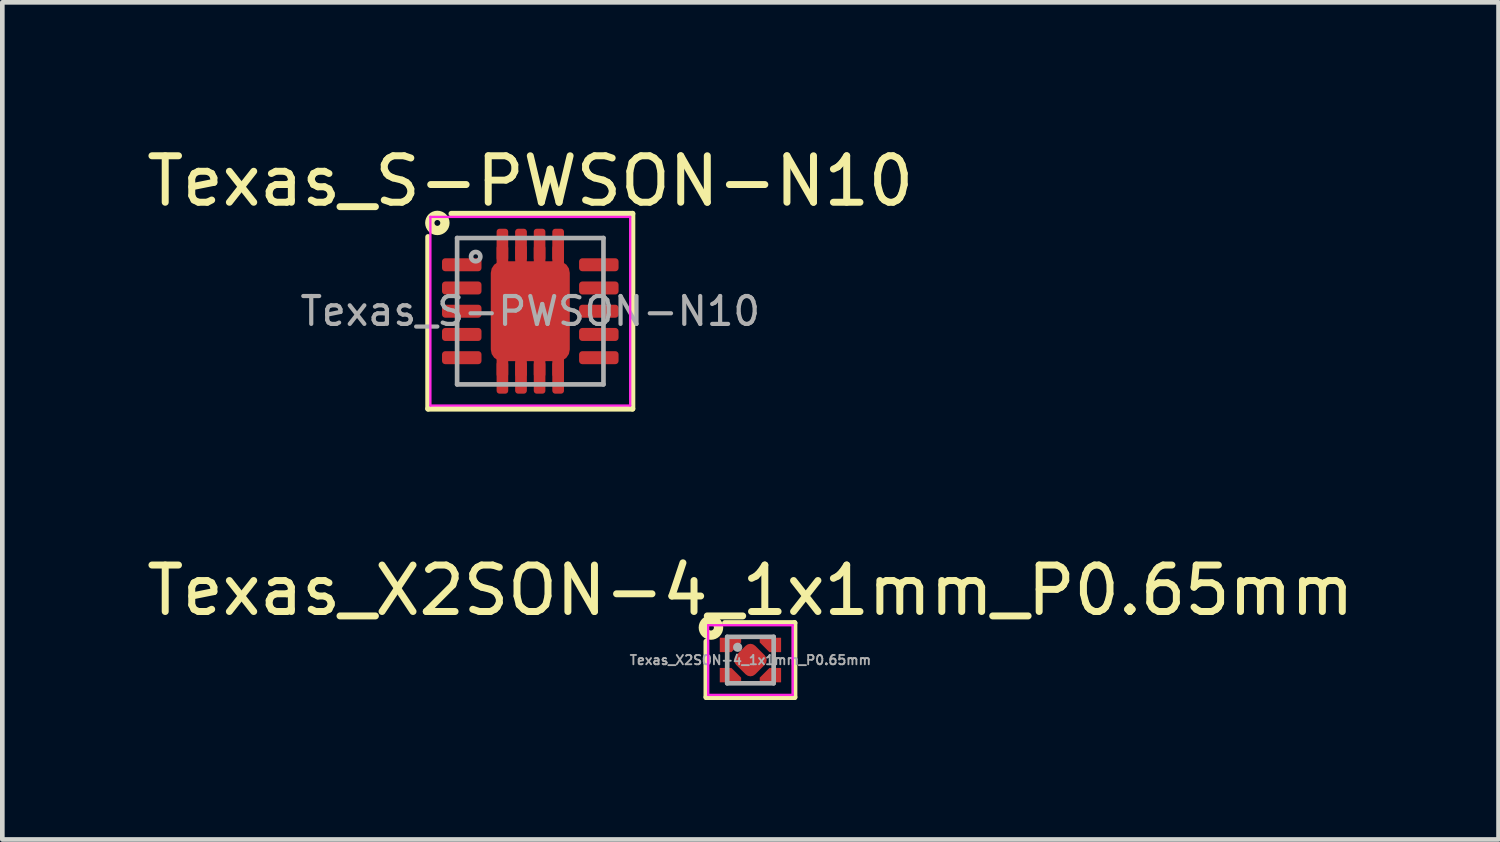
<source format=kicad_pcb>
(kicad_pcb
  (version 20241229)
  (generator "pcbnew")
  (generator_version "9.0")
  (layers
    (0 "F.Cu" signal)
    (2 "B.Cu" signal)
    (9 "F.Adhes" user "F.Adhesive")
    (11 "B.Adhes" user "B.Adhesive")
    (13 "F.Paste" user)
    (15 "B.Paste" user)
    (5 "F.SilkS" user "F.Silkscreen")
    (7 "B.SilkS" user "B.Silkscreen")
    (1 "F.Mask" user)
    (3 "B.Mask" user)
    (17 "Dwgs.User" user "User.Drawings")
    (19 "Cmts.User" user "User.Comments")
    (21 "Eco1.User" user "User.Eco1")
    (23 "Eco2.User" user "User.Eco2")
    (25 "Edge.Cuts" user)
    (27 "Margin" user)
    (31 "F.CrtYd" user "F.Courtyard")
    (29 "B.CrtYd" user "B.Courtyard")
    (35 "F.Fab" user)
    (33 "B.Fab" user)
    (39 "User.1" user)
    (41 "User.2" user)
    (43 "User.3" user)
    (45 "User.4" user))
  (footprint "Texas_X2SON-4_1x1mm_P0.65mm"
    (layer "F.Cu")
    (at 13.101 11.156)
    (property "Reference" "Texas_X2SON-4_1x1mm_P0.65mm" (at 0 -1.5 0) (layer "F.SilkS") (effects (font (size 1 1) (thickness 0.15))))
    (attr smd)
    (fp_line (start -0.95 0.8) (end -0.95 -0.4) (stroke (width 0.12) (type solid)) (layer "F.SilkS"))
    (fp_line (start -0.55 -0.8) (end 0.95 -0.8) (stroke (width 0.12) (type solid)) (layer "F.SilkS"))
    (fp_line (start 0.95 -0.8) (end 0.95 0.8) (stroke (width 0.12) (type solid)) (layer "F.SilkS"))
    (fp_line (start 0.95 0.8) (end -0.95 0.8) (stroke (width 0.12) (type solid)) (layer "F.SilkS"))
    (fp_circle (center -0.85 -0.7) (end -0.786 -0.7) (stroke (width 0.2) (type solid)) (fill no) (layer "F.SilkS"))
    (fp_line (start -0.91 -0.75) (end 0.91 -0.75) (stroke (width 0.05) (type solid)) (layer "F.CrtYd"))
    (fp_line (start -0.91 0.75) (end -0.91 -0.75) (stroke (width 0.05) (type solid)) (layer "F.CrtYd"))
    (fp_line (start 0.91 -0.75) (end 0.91 0.75) (stroke (width 0.05) (type solid)) (layer "F.CrtYd"))
    (fp_line (start 0.91 0.75) (end -0.91 0.75) (stroke (width 0.05) (type solid)) (layer "F.CrtYd"))
    (fp_line (start -0.5 -0.5) (end 0.5 -0.5) (stroke (width 0.1) (type solid)) (layer "F.Fab"))
    (fp_line (start -0.5 0.5) (end -0.5 -0.5) (stroke (width 0.1) (type solid)) (layer "F.Fab"))
    (fp_line (start 0.5 -0.5) (end 0.5 0.5) (stroke (width 0.1) (type solid)) (layer "F.Fab"))
    (fp_line (start 0.5 0.5) (end -0.5 0.5) (stroke (width 0.1) (type solid)) (layer "F.Fab"))
    (fp_circle (center -0.275 -0.275) (end -0.225 -0.275) (stroke (width 0.1) (type solid)) (fill no) (layer "F.Fab"))
    (fp_text user "${REFERENCE}" (at 0 0 0) (layer "F.Fab") (effects (font (size 0.2 0.2) (thickness 0.04))))
    (pad "" smd custom (at -0.43 -0.325) (size 0.148 0.148) (layers "F.Mask") (options (anchor circle)) (primitives (gr_poly (pts (xy 0.18 -0.075) (xy 0 0.105) (xy -0.18 0.105) (xy -0.18 -0.105) (xy 0.18 -0.105)) (width 0) (fill yes))))
    (pad "" smd custom (at -0.43 -0.325) (size 0.148 0.148) (layers "F.Paste") (options (anchor circle)) (primitives (gr_poly (pts (xy 0.18 -0.075) (xy 0 0.105) (xy -0.22 0.105) (xy -0.22 -0.105) (xy 0.18 -0.105)) (width 0) (fill yes))))
    (pad "" smd custom (at -0.43 0.325) (size 0.148 0.148) (layers "F.Mask") (options (anchor circle)) (primitives (gr_poly (pts (xy 0.18 0.075) (xy 0.18 0.105) (xy -0.18 0.105) (xy -0.18 -0.105) (xy 0 -0.105)) (width 0) (fill yes))))
    (pad "" smd custom (at -0.43 0.325) (size 0.148 0.148) (layers "F.Paste") (options (anchor circle)) (primitives (gr_poly (pts (xy 0.18 0.075) (xy 0.18 0.105) (xy -0.22 0.105) (xy -0.22 -0.105) (xy 0 -0.105)) (width 0) (fill yes))))
    (pad "" smd custom (at 0.43 -0.325) (size 0.148 0.148) (layers "F.Mask") (options (anchor circle)) (primitives (gr_poly (pts (xy 0.18 0.105) (xy 0 0.105) (xy -0.18 -0.075) (xy -0.18 -0.105) (xy 0.18 -0.105)) (width 0) (fill yes))))
    (pad "" smd custom (at 0.43 -0.325) (size 0.148 0.148) (layers "F.Paste") (options (anchor circle)) (primitives (gr_poly (pts (xy 0.22 0.105) (xy 0 0.105) (xy -0.18 -0.075) (xy -0.18 -0.105) (xy 0.22 -0.105)) (width 0) (fill yes))))
    (pad "" smd custom (at 0.43 0.325) (size 0.148 0.148) (layers "F.Mask") (options (anchor circle)) (primitives (gr_poly (pts (xy 0.18 0.105) (xy -0.18 0.105) (xy -0.18 0.075) (xy 0 -0.105) (xy 0.18 -0.105)) (width 0) (fill yes))))
    (pad "" smd custom (at 0.43 0.325) (size 0.148 0.148) (layers "F.Paste") (options (anchor circle)) (primitives (gr_poly (pts (xy 0.22 0.105) (xy -0.18 0.105) (xy -0.18 0.075) (xy 0 -0.105) (xy 0.22 -0.105)) (width 0) (fill yes))))
    (pad "1" smd custom (at -0.43 -0.325) (size 0.148 0.148) (layers "F.Cu") (options (anchor circle)) (primitives (gr_poly (pts (xy 0.23 -0.054) (xy 0.021 0.155) (xy -0.23 0.155) (xy -0.23 -0.155) (xy 0.23 -0.155)) (width 0) (fill yes))))
    (pad "2" smd custom (at -0.43 0.325) (size 0.148 0.148) (layers "F.Cu") (options (anchor circle)) (primitives (gr_poly (pts (xy 0.23 0.054) (xy 0.23 0.155) (xy -0.23 0.155) (xy -0.23 -0.155) (xy 0.021 -0.155)) (width 0) (fill yes))))
    (pad "3" smd custom (at 0.43 0.325) (size 0.148 0.148) (layers "F.Cu") (options (anchor circle)) (primitives (gr_poly (pts (xy 0.23 0.155) (xy -0.23 0.155) (xy -0.23 0.054) (xy -0.021 -0.155) (xy 0.23 -0.155)) (width 0) (fill yes))))
    (pad "4" smd custom (at 0.43 -0.325) (size 0.148 0.148) (layers "F.Cu") (options (anchor circle)) (primitives (gr_poly (pts (xy 0.23 0.155) (xy -0.021 0.155) (xy -0.23 -0.054) (xy -0.23 -0.155) (xy 0.23 -0.155)) (width 0) (fill yes))))
    (pad "5" smd roundrect (at 0 0 45) (size 0.58 0.58) (layers "F.Cu" "F.Mask" "F.Paste") (roundrect_rratio 0.25)))
  (footprint "Texas_S-PWSON-N10"
    (layer "F.Cu")
    (at 8.363 3.648)
    (property "Reference" "Texas_S-PWSON-N10" (at 0 -2.8 0) (layer "F.SilkS") (effects (font (size 1 1) (thickness 0.15))))
    (attr smd)
    (fp_line (start -2.2 2.1) (end -2.2 -1.6) (stroke (width 0.12) (type solid)) (layer "F.SilkS"))
    (fp_line (start -1.7 -2.1) (end 2.2 -2.1) (stroke (width 0.12) (type solid)) (layer "F.SilkS"))
    (fp_line (start 2.2 -2.1) (end 2.2 2.1) (stroke (width 0.12) (type solid)) (layer "F.SilkS"))
    (fp_line (start 2.2 2.1) (end -2.2 2.1) (stroke (width 0.12) (type solid)) (layer "F.SilkS"))
    (fp_circle (center -2 -1.9) (end -1.937 -1.9) (stroke (width 0.2) (type solid)) (fill no) (layer "F.SilkS"))
    (fp_line (start -2.15 -2.03) (end -2.15 2.03) (stroke (width 0.05) (type solid)) (layer "F.CrtYd"))
    (fp_line (start -2.15 -2.03) (end 2.15 -2.03) (stroke (width 0.05) (type solid)) (layer "F.CrtYd"))
    (fp_line (start -2.15 2.03) (end 2.15 2.03) (stroke (width 0.05) (type solid)) (layer "F.CrtYd"))
    (fp_line (start 2.15 -2.03) (end 2.15 2.03) (stroke (width 0.05) (type solid)) (layer "F.CrtYd"))
    (fp_line (start -1.575 -1.575) (end 1.575 -1.575) (stroke (width 0.1) (type solid)) (layer "F.Fab"))
    (fp_line (start -1.575 1.575) (end -1.575 -1.575) (stroke (width 0.1) (type solid)) (layer "F.Fab"))
    (fp_line (start 1.575 -1.575) (end 1.575 1.575) (stroke (width 0.1) (type solid)) (layer "F.Fab"))
    (fp_line (start 1.575 1.575) (end -1.575 1.575) (stroke (width 0.1) (type solid)) (layer "F.Fab"))
    (fp_circle (center -1.175 -1.175) (end -1.075 -1.175) (stroke (width 0.1) (type solid)) (fill no) (layer "F.Fab"))
    (fp_text user "${REFERENCE}" (at 0 0 0) (layer "F.Fab") (effects (font (size 0.6 0.6) (thickness 0.09))))
    (pad "1" smd roundrect (at -1.475 -1) (size 0.85 0.28) (layers "F.Cu" "F.Mask" "F.Paste") (roundrect_rratio 0.25))
    (pad "2" smd roundrect (at -1.475 -0.5) (size 0.85 0.28) (layers "F.Cu" "F.Mask" "F.Paste") (roundrect_rratio 0.25))
    (pad "3" smd roundrect (at -1.475 0) (size 0.85 0.28) (layers "F.Cu" "F.Mask" "F.Paste") (roundrect_rratio 0.25))
    (pad "4" smd roundrect (at -1.475 0.5) (size 0.85 0.28) (layers "F.Cu" "F.Mask" "F.Paste") (roundrect_rratio 0.25))
    (pad "5" smd roundrect (at -1.475 1) (size 0.85 0.28) (layers "F.Cu" "F.Mask" "F.Paste") (roundrect_rratio 0.25))
    (pad "6" smd roundrect (at 1.475 1) (size 0.85 0.28) (layers "F.Cu" "F.Mask" "F.Paste") (roundrect_rratio 0.25))
    (pad "7" smd roundrect (at 1.475 0.5) (size 0.85 0.28) (layers "F.Cu" "F.Mask" "F.Paste") (roundrect_rratio 0.25))
    (pad "8" smd roundrect (at 1.475 0) (size 0.85 0.28) (layers "F.Cu" "F.Mask" "F.Paste") (roundrect_rratio 0.25))
    (pad "9" smd roundrect (at 1.475 -0.5) (size 0.85 0.28) (layers "F.Cu" "F.Mask" "F.Paste") (roundrect_rratio 0.25))
    (pad "10" smd roundrect (at 1.475 -1) (size 0.85 0.28) (layers "F.Cu" "F.Mask" "F.Paste") (roundrect_rratio 0.25))
    (pad "11" smd rect (at -0.6 -1.425) (size 0.23 0.6) (layers "F.Cu" "F.Mask" "F.Paste"))
    (pad "11" smd roundrect (at -0.6 -1.425 90) (size 0.7 0.25) (layers "F.Cu" "F.Mask" "F.Paste") (roundrect_rratio 0.25))
    (pad "11" smd roundrect (at -0.6 -1.075 90) (size 0.7 0.25) (layers "F.Cu" "F.Mask") (roundrect_rratio 0.25))
    (pad "11" smd roundrect (at -0.6 1.075 90) (size 0.7 0.25) (layers "F.Cu" "F.Mask") (roundrect_rratio 0.25))
    (pad "11" smd rect (at -0.6 1.425) (size 0.23 0.6) (layers "F.Cu" "F.Mask" "F.Paste"))
    (pad "11" smd roundrect (at -0.6 1.425 90) (size 0.7 0.25) (layers "F.Cu" "F.Mask" "F.Paste") (roundrect_rratio 0.25))
    (pad "11" smd roundrect (at -0.435 -0.5) (size 0.65 0.8) (layers "F.Cu" "F.Mask" "F.Paste") (roundrect_rratio 0.25))
    (pad "11" smd roundrect (at -0.435 0.5) (size 0.65 0.8) (layers "F.Cu" "F.Mask" "F.Paste") (roundrect_rratio 0.25))
    (pad "11" smd rect (at -0.2 -1.425) (size 0.23 0.6) (layers "F.Cu" "F.Mask" "F.Paste"))
    (pad "11" smd roundrect (at -0.2 -1.425 90) (size 0.7 0.25) (layers "F.Cu" "F.Mask" "F.Paste") (roundrect_rratio 0.25))
    (pad "11" smd roundrect (at -0.2 -1.075 90) (size 0.7 0.25) (layers "F.Cu" "F.Mask") (roundrect_rratio 0.25))
    (pad "11" smd roundrect (at -0.2 1.075 90) (size 0.7 0.25) (layers "F.Cu" "F.Mask") (roundrect_rratio 0.25))
    (pad "11" smd rect (at -0.2 1.425) (size 0.23 0.6) (layers "F.Cu" "F.Mask" "F.Paste"))
    (pad "11" smd roundrect (at -0.2 1.425 90) (size 0.7 0.25) (layers "F.Cu" "F.Mask" "F.Paste") (roundrect_rratio 0.25))
    (pad "11" smd roundrect (at 0 0 90) (size 2.15 1.7) (layers "F.Cu" "F.Mask") (roundrect_rratio 0.147))
    (pad "11" smd rect (at 0.2 -1.425) (size 0.23 0.6) (layers "F.Cu" "F.Mask" "F.Paste"))
    (pad "11" smd roundrect (at 0.2 -1.425 90) (size 0.7 0.25) (layers "F.Cu" "F.Mask" "F.Paste") (roundrect_rratio 0.25))
    (pad "11" smd roundrect (at 0.2 -1.075 90) (size 0.7 0.25) (layers "F.Cu" "F.Mask") (roundrect_rratio 0.25))
    (pad "11" smd roundrect (at 0.2 1.075 90) (size 0.7 0.25) (layers "F.Cu" "F.Mask") (roundrect_rratio 0.25))
    (pad "11" smd rect (at 0.2 1.425) (size 0.23 0.6) (layers "F.Cu" "F.Mask" "F.Paste"))
    (pad "11" smd roundrect (at 0.2 1.425 90) (size 0.7 0.25) (layers "F.Cu" "F.Mask" "F.Paste") (roundrect_rratio 0.25))
    (pad "11" smd roundrect (at 0.435 -0.5) (size 0.65 0.8) (layers "F.Cu" "F.Mask" "F.Paste") (roundrect_rratio 0.25))
    (pad "11" smd roundrect (at 0.435 0.5) (size 0.65 0.8) (layers "F.Cu" "F.Mask" "F.Paste") (roundrect_rratio 0.25))
    (pad "11" smd rect (at 0.6 -1.425) (size 0.23 0.6) (layers "F.Cu" "F.Mask" "F.Paste"))
    (pad "11" smd roundrect (at 0.6 -1.425 90) (size 0.7 0.25) (layers "F.Cu" "F.Mask" "F.Paste") (roundrect_rratio 0.25))
    (pad "11" smd roundrect (at 0.6 -1.075 90) (size 0.7 0.25) (layers "F.Cu" "F.Mask") (roundrect_rratio 0.25))
    (pad "11" smd roundrect (at 0.6 1.075 90) (size 0.7 0.25) (layers "F.Cu" "F.Mask") (roundrect_rratio 0.25))
    (pad "11" smd rect (at 0.6 1.425) (size 0.23 0.6) (layers "F.Cu" "F.Mask" "F.Paste"))
    (pad "11" smd roundrect (at 0.6 1.425 90) (size 0.7 0.25) (layers "F.Cu" "F.Mask" "F.Paste") (roundrect_rratio 0.25)))
  (gr_rect
    (start -3 -3)
    (end 29.202 15.017)
    (stroke (width 0.1) (type default))
    (fill no)
    (layer "Edge.Cuts")))
</source>
